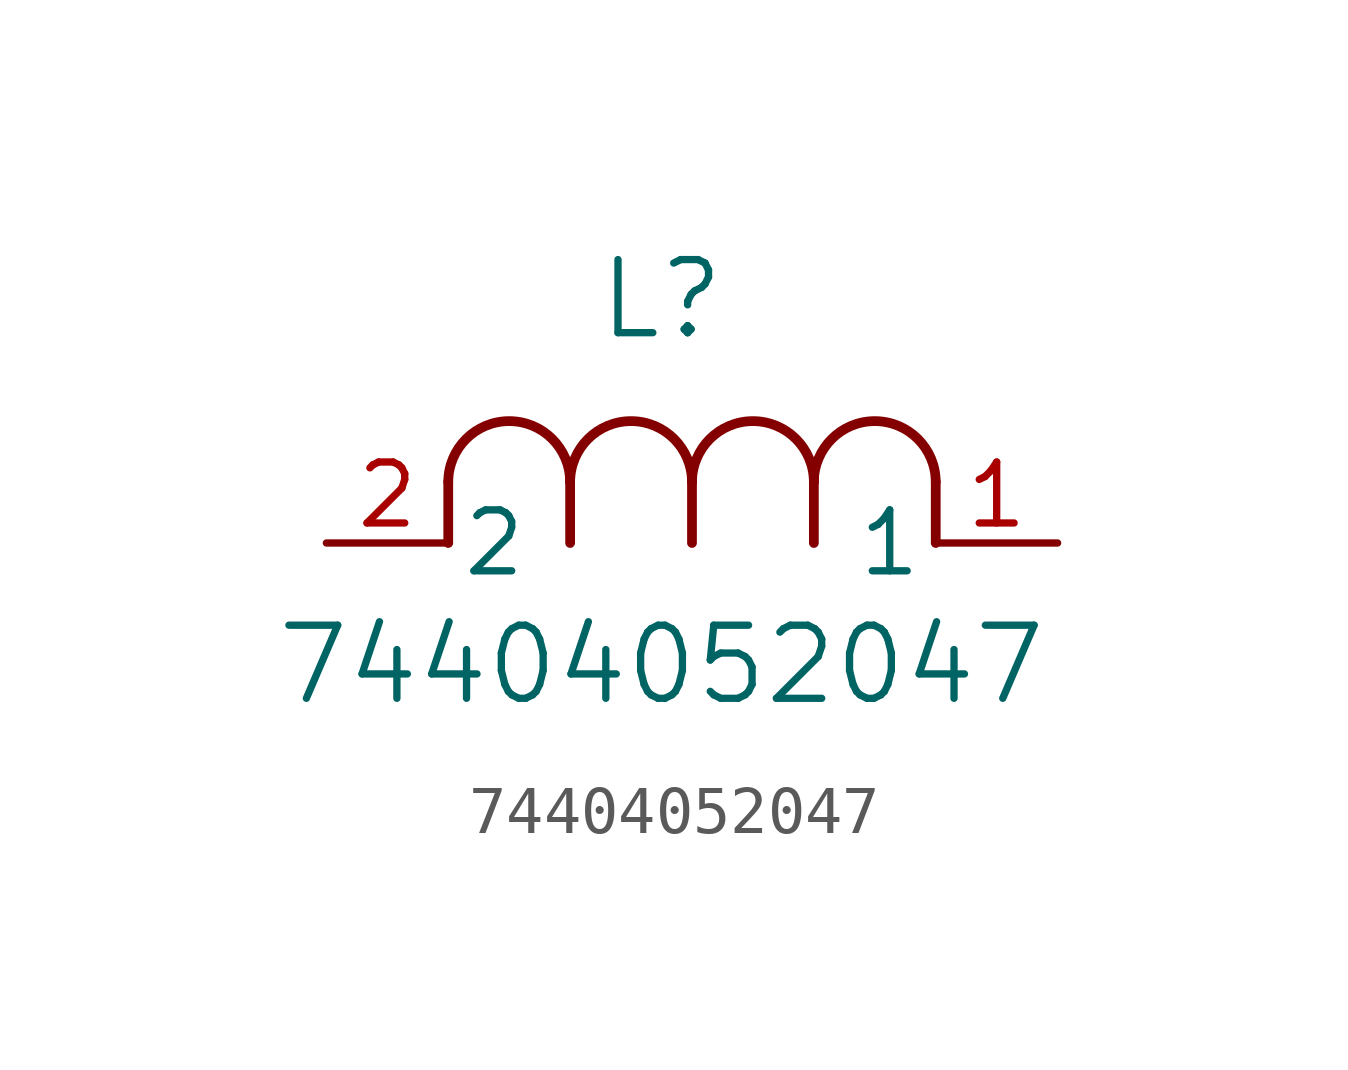
<source format=kicad_sym>
(kicad_symbol_lib
  (version 20211014)
  (generator kicad_symbol_editor)
  (symbol "74404052047"
    (pin_names
      (offset 0.254))
    (property "Reference" "L"
      (at 6.985 5.08 0)
      (effects (font (size 1.524 1.524))))
    (property "Value" "74404052047"
      (at 6.985 -2.54 0)
      (effects (font (size 1.524 1.524))))
    (symbol "74404052047_0_1"
      (arc (start 7.62 1.27) (mid 6.35 2.54) (end 5.08 1.27) (stroke (width 0.2032) (type default) (color 0 0 0 0)) (fill (type none)))
      (polyline (pts (xy 5.08 0) (xy 5.08 1.27)) (stroke (width 0.203) (type default) (color 0 0 0 0)) (fill (type none)))
      (polyline (pts (xy 7.62 0) (xy 7.62 1.27)) (stroke (width 0.203) (type default) (color 0 0 0 0)) (fill (type none)))
      (polyline (pts (xy 12.7 0) (xy 12.7 1.27)) (stroke (width 0.203) (type default) (color 0 0 0 0)) (fill (type none)))
      (arc (start 5.08 1.27) (mid 3.81 2.54) (end 2.54 1.27) (stroke (width 0.2032) (type default) (color 0 0 0 0)) (fill (type none)))
      (arc (start 10.16 1.27) (mid 8.89 2.54) (end 7.62 1.27) (stroke (width 0.2032) (type default) (color 0 0 0 0)) (fill (type none)))
      (arc (start 12.7 1.27) (mid 11.43 2.54) (end 10.16 1.27) (stroke (width 0.2032) (type default) (color 0 0 0 0)) (fill (type none)))
      (polyline (pts (xy 2.54 0) (xy 2.54 1.27)) (stroke (width 0.203) (type default) (color 0 0 0 0)) (fill (type none)))
      (polyline (pts (xy 10.16 0) (xy 10.16 1.27)) (stroke (width 0.203) (type default) (color 0 0 0 0)) (fill (type none)))
      (pin unspecified line (at 0 0 0) (length 2.54) (name "2" (effects (font (size 1.27 1.27)))) (number "2" (effects (font (size 1.27 1.27)))))
      (pin unspecified line (at 15.24 0 180) (length 2.54) (name "1" (effects (font (size 1.27 1.27)))) (number "1" (effects (font (size 1.27 1.27))))))))
</source>
